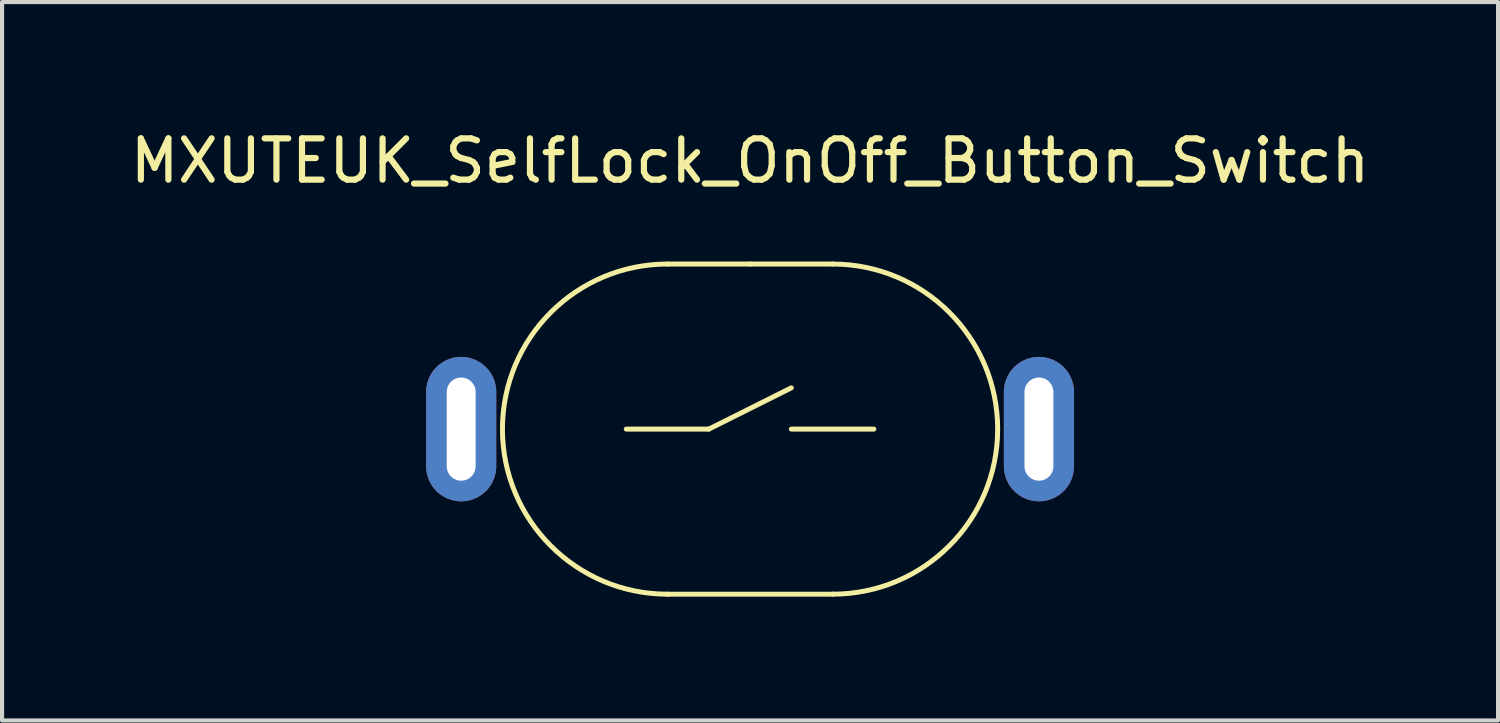
<source format=kicad_pcb>
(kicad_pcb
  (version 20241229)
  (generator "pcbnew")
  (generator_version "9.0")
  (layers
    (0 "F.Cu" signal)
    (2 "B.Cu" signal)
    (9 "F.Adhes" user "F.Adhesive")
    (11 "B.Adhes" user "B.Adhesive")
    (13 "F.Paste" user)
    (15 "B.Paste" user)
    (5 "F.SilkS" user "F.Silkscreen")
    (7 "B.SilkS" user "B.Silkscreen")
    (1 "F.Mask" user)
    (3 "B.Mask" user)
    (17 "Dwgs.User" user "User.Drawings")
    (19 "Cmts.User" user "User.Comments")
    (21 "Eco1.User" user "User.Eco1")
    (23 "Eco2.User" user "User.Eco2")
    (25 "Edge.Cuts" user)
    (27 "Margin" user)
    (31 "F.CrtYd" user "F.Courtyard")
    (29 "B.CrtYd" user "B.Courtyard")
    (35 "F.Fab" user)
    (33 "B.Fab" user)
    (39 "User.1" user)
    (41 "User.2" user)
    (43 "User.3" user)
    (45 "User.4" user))
  (footprint "MXUTEUK_SelfLock_OnOff_Button_Switch"
    (layer "F.Cu")
    (at 15.125 0.348)
    (property "Reference" "MXUTEUK_SelfLock_OnOff_Button_Switch" (at 0 0.5 0) (layer "F.SilkS") (effects (font (size 1 1) (thickness 0.15))))
    (attr through_hole)
    (fp_line (start -3 7) (end -1 7) (stroke (width 0.12) (type solid)) (layer "F.SilkS"))
    (fp_line (start -2 3) (end 0 3) (stroke (width 0.12) (type solid)) (layer "F.SilkS"))
    (fp_line (start -1 7) (end 1 6) (stroke (width 0.12) (type solid)) (layer "F.SilkS"))
    (fp_line (start 0 3) (end 2 3) (stroke (width 0.12) (type solid)) (layer "F.SilkS"))
    (fp_line (start 1 7) (end 3 7) (stroke (width 0.12) (type solid)) (layer "F.SilkS"))
    (fp_line (start 2 11) (end -2 11) (stroke (width 0.12) (type solid)) (layer "F.SilkS"))
    (fp_arc (start -2 11) (mid -6 7) (end -2 3) (stroke (width 0.12) (type solid)) (layer "F.SilkS"))
    (fp_arc (start 2 3) (mid 6 7) (end 2 11) (stroke (width 0.12) (type solid)) (layer "F.SilkS"))
    (pad "1" thru_hole oval (at -7 7) (size 1.7 3.5) (drill oval 0.7 2.5) (layers "*.Cu" "*.Mask"))
    (pad "2" thru_hole oval (at 7 7) (size 1.7 3.5) (drill oval 0.7 2.5) (layers "*.Cu" "*.Mask")))
  (gr_rect
    (start -3 -3)
    (end 33.25 14.408)
    (stroke (width 0.1) (type default))
    (fill no)
    (layer "Edge.Cuts")))
</source>
